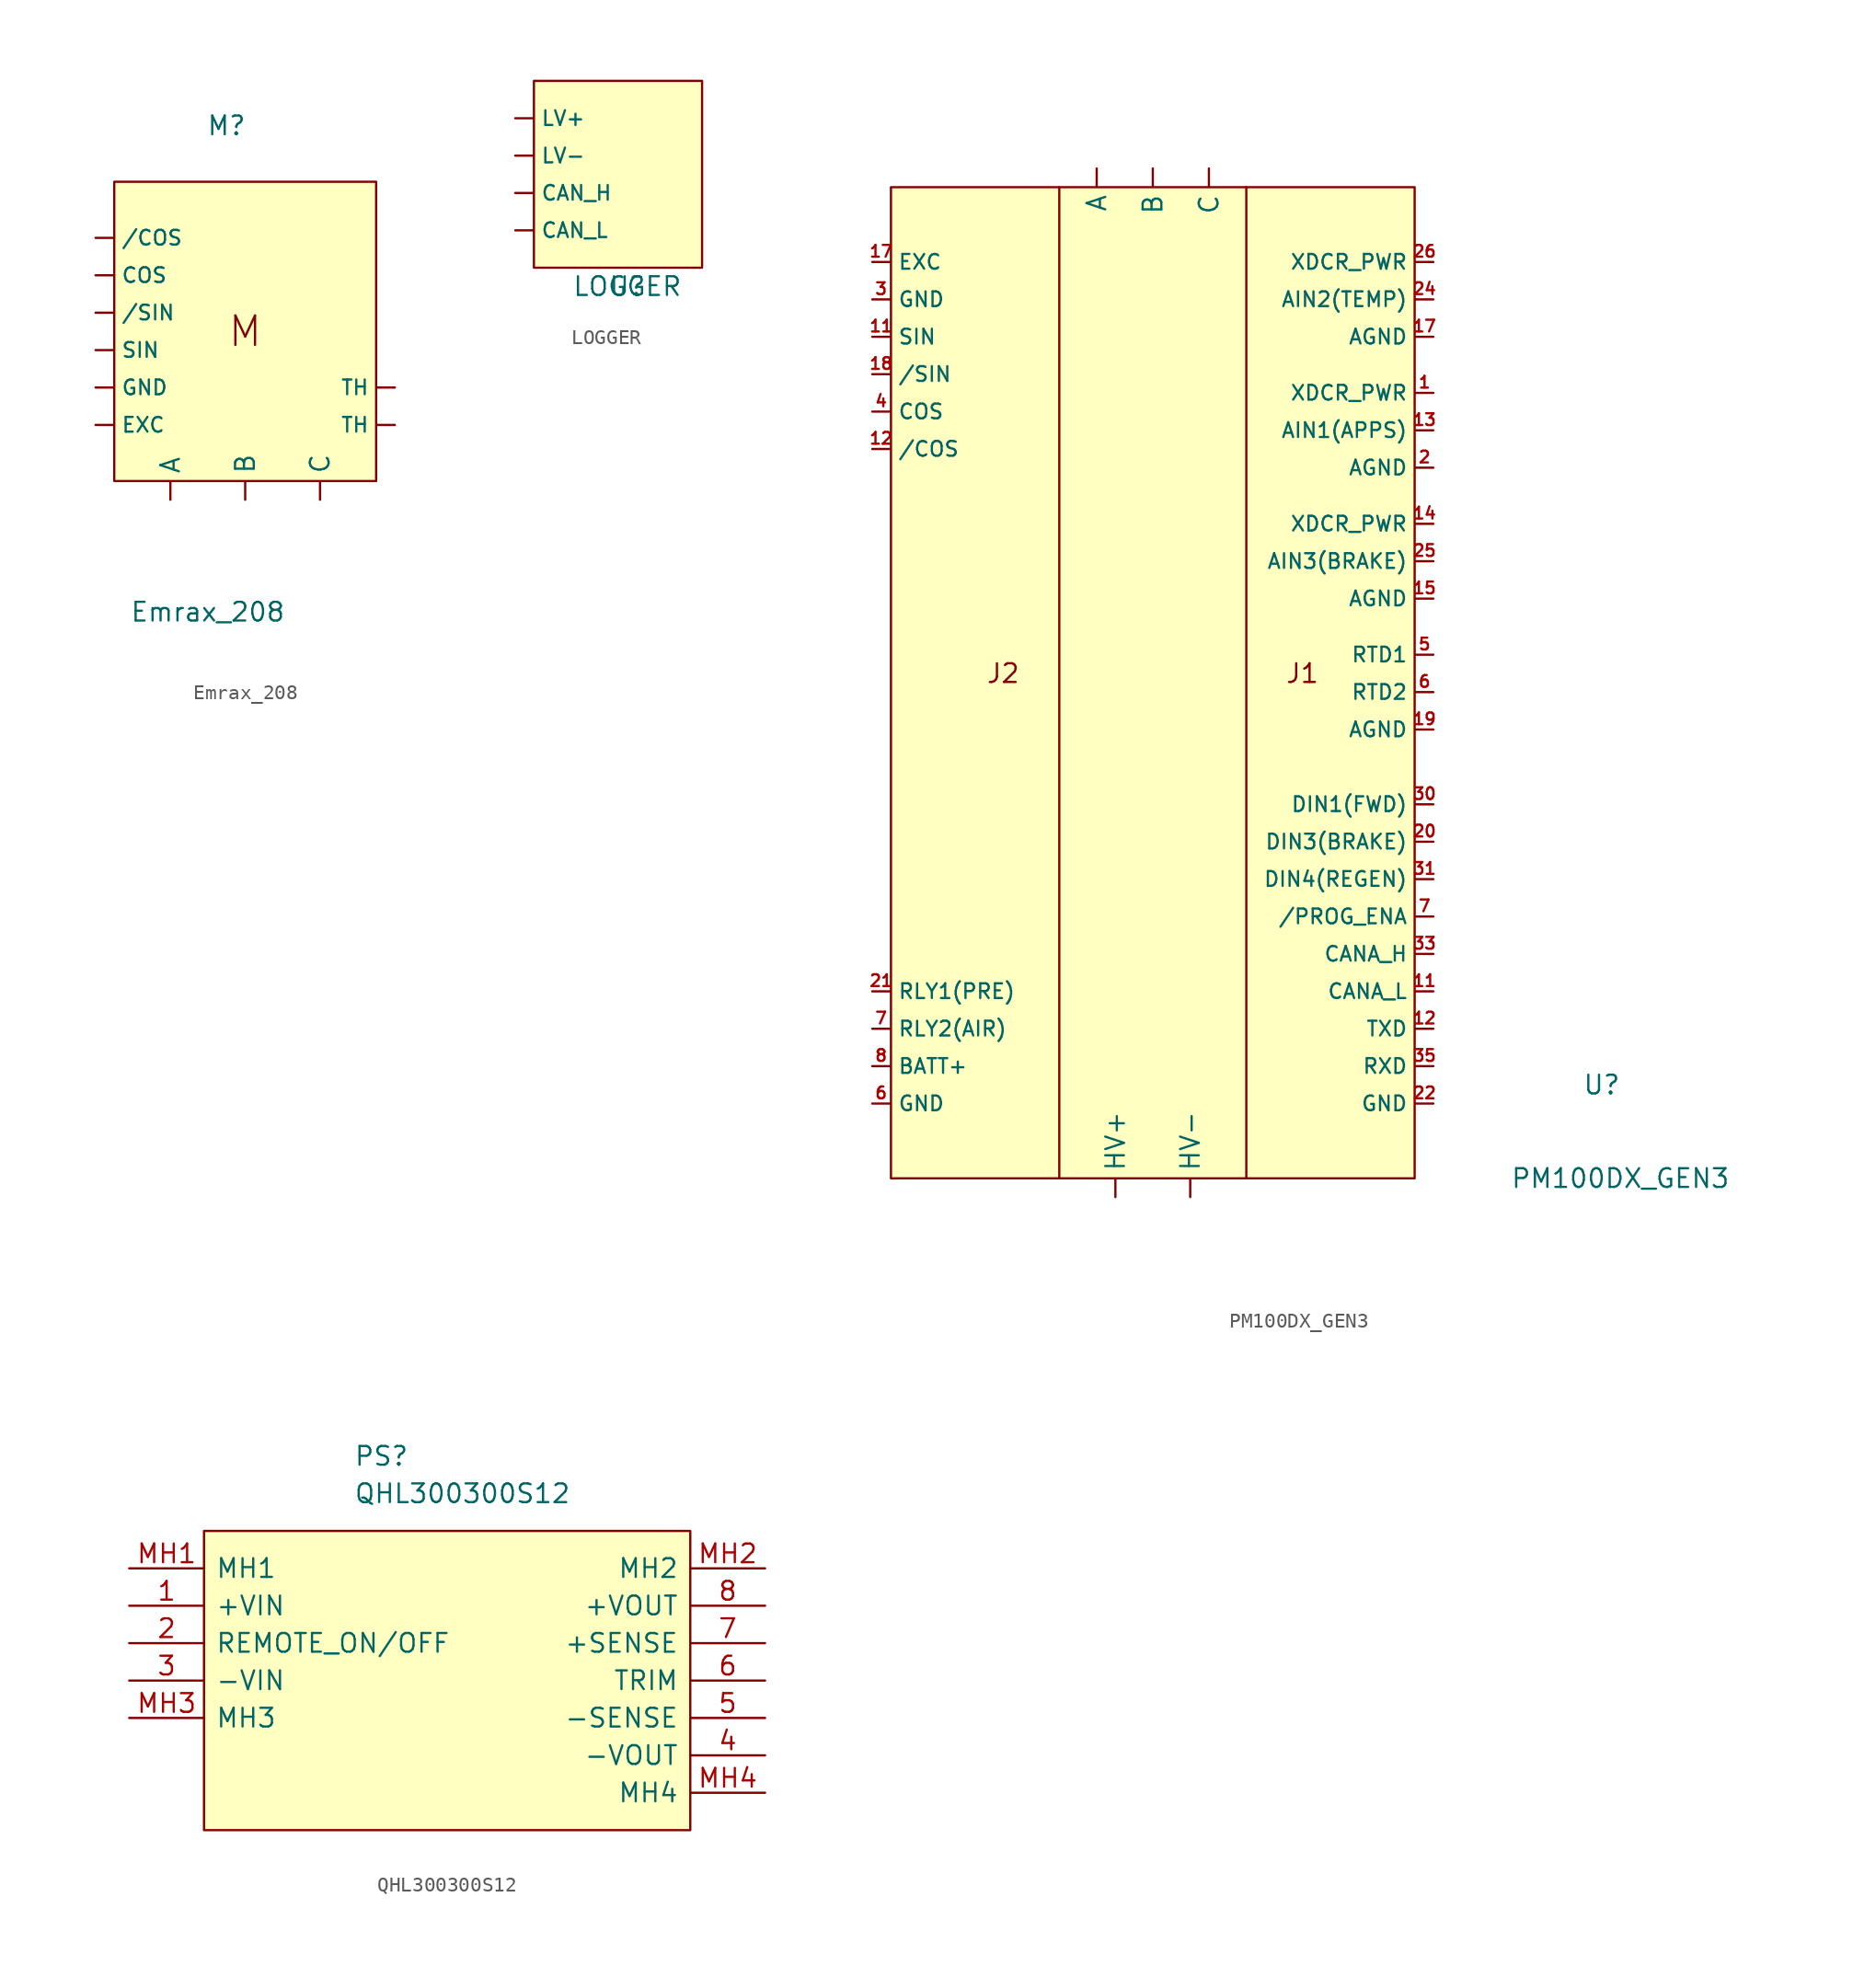
<source format=kicad_sym>
(kicad_symbol_lib
  (version 20211014)
  (generator kicad_symbol_editor)
  (symbol "Emrax_208"
    (property "Reference" "M"
      (at -1.27 33.02 0)
      (effects (font (size 1.27 1.27))))
    (property "Value" "Emrax_208"
      (at -2.54 0 0)
      (effects (font (size 1.27 1.27))))
    (symbol "Emrax_208_0_0"
      (text "M" (at 0 19.05 0) (effects (font (size 2 2)))))
    (symbol "Emrax_208_0_1"
      (rectangle (start -8.89 29.21) (end 8.89 8.89) (stroke (width 0) (type default) (color 0 0 0 0)) (fill (type background))))
    (symbol "Emrax_208_1_1"
      (pin passive line (at -10.16 25.4 0) (length 1.2) (name "/COS" (effects (font (size 1 1)))) (number "" (effects (font (size 1.27 1.27)))))
      (pin passive line (at -10.16 20.32 0) (length 1.2) (name "/SIN" (effects (font (size 1 1)))) (number "" (effects (font (size 1.27 1.27)))))
      (pin passive line (at -5.08 7.62 90) (length 1.2) (name "A" (effects (font (size 1.27 1.27)))) (number "" (effects (font (size 1.27 1.27)))))
      (pin passive line (at 0 7.62 90) (length 1.2) (name "B" (effects (font (size 1.27 1.27)))) (number "" (effects (font (size 1.27 1.27)))))
      (pin passive line (at 5.08 7.62 90) (length 1.2) (name "C" (effects (font (size 1.27 1.27)))) (number "" (effects (font (size 1.27 1.27)))))
      (pin passive line (at -10.16 22.86 0) (length 1.2) (name "COS" (effects (font (size 1 1)))) (number "" (effects (font (size 1.27 1.27)))))
      (pin passive line (at -10.16 12.7 0) (length 1.2) (name "EXC" (effects (font (size 1 1)))) (number "" (effects (font (size 1.27 1.27)))))
      (pin passive line (at -10.16 15.24 0) (length 1.2) (name "GND" (effects (font (size 1 1)))) (number "" (effects (font (size 1.27 1.27)))))
      (pin passive line (at -10.16 17.78 0) (length 1.2) (name "SIN" (effects (font (size 1 1)))) (number "" (effects (font (size 1.27 1.27)))))
      (pin passive line (at 10.16 12.7 180) (length 1.2) (name "TH" (effects (font (size 1 1)))) (number "" (effects (font (size 1.27 1.27)))))
      (pin passive line (at 10.16 15.24 180) (length 1.2) (name "TH" (effects (font (size 1 1)))) (number "" (effects (font (size 1.27 1.27)))))))
  (symbol "LOGGER"
    (property "Reference" "U"
      (at 0 0 0)
      (effects (font (size 1.27 1.27))))
    (property "Value" "LOGGER"
      (at 0 0 0)
      (effects (font (size 1.27 1.27))))
    (symbol "LOGGER_0_1"
      (rectangle (start -6.35 13.97) (end 5.08 1.27) (stroke (width 0) (type default) (color 0 0 0 0)) (fill (type background))))
    (symbol "LOGGER_1_1"
      (pin passive line (at -7.62 6.35 0) (length 1.2) (name "CAN_H" (effects (font (size 1 1)))) (number "" (effects (font (size 1.27 1.27)))))
      (pin passive line (at -7.62 3.81 0) (length 1.2) (name "CAN_L" (effects (font (size 1 1)))) (number "" (effects (font (size 1.27 1.27)))))
      (pin passive line (at -7.62 11.43 0) (length 1.2) (name "LV+" (effects (font (size 1 1)))) (number "" (effects (font (size 1.27 1.27)))))
      (pin passive line (at -7.62 8.89 0) (length 1.2) (name "LV-" (effects (font (size 1 1)))) (number "" (effects (font (size 1.27 1.27)))))))
  (symbol "PM100DX_GEN3"
    (property "Reference" "U"
      (at 30.48 -10.16 0)
      (effects (font (size 1.27 1.27))))
    (property "Value" "PM100DX_GEN3"
      (at 31.75 -16.51 0)
      (effects (font (size 1.27 1.27))))
    (symbol "PM100DX_GEN3_0_0"
      (rectangle (start -17.78 50.8) (end 17.78 -16.51) (stroke (width 0) (type default) (color 0 0 0 0)) (fill (type background)))
      (polyline (pts (xy -6.35 -16.51) (xy -6.35 50.8)) (stroke (width 0) (type default) (color 0 0 0 0)) (fill (type none)))
      (polyline (pts (xy 6.35 -16.51) (xy 6.35 50.8)) (stroke (width 0) (type default) (color 0 0 0 0)) (fill (type none)))
      (text "J1" (at 10.16 17.78 0) (effects (font (size 1.27 1.27))))
      (text "J2" (at -10.16 17.78 0) (effects (font (size 1.27 1.27)))))
    (symbol "PM100DX_GEN3_1_1"
      (pin passive line (at -3.81 52.07 270) (length 1.2) (name "A" (effects (font (size 1.27 1.27)))) (number "" (effects (font (size 1.27 1.27)))))
      (pin passive line (at 0 52.07 270) (length 1.2) (name "B" (effects (font (size 1.27 1.27)))) (number "" (effects (font (size 1.27 1.27)))))
      (pin passive line (at 3.81 52.07 270) (length 1.2) (name "C" (effects (font (size 1.27 1.27)))) (number "" (effects (font (size 1.27 1.27)))))
      (pin passive line (at -2.54 -17.78 90) (length 1.2) (name "HV+" (effects (font (size 1.27 1.27)))) (number "" (effects (font (size 1.27 1.27)))))
      (pin passive line (at 2.54 -17.78 90) (length 1.2) (name "HV-" (effects (font (size 1.27 1.27)))) (number "" (effects (font (size 1.27 1.27)))))
      (pin passive line (at 19.05 36.83 180) (length 1.2) (name "XDCR_PWR" (effects (font (size 1 1)))) (number "1" (effects (font (size 0.8 0.8)))))
      (pin passive line (at 19.05 -3.81 180) (length 1.2) (name "CANA_L" (effects (font (size 1 1)))) (number "11" (effects (font (size 0.8 0.8)))))
      (pin passive line (at -19.05 40.64 0) (length 1.2) (name "SIN" (effects (font (size 1 1)))) (number "11" (effects (font (size 0.8 0.8)))))
      (pin passive line (at -19.05 33.02 0) (length 1.2) (name "/COS" (effects (font (size 1 1)))) (number "12" (effects (font (size 0.8 0.8)))))
      (pin passive line (at 19.05 -6.35 180) (length 1.2) (name "TXD" (effects (font (size 1 1)))) (number "12" (effects (font (size 0.8 0.8)))))
      (pin passive line (at 19.05 34.29 180) (length 1.2) (name "AIN1(APPS)" (effects (font (size 1 1)))) (number "13" (effects (font (size 0.8 0.8)))))
      (pin passive line (at 19.05 27.94 180) (length 1.2) (name "XDCR_PWR" (effects (font (size 1 1)))) (number "14" (effects (font (size 0.8 0.8)))))
      (pin passive line (at 19.05 22.86 180) (length 1.2) (name "AGND" (effects (font (size 1 1)))) (number "15" (effects (font (size 0.8 0.8)))))
      (pin passive line (at 19.05 40.64 180) (length 1.2) (name "AGND" (effects (font (size 1 1)))) (number "17" (effects (font (size 0.8 0.8)))))
      (pin passive line (at -19.05 45.72 0) (length 1.2) (name "EXC" (effects (font (size 1 1)))) (number "17" (effects (font (size 0.8 0.8)))))
      (pin passive line (at -19.05 38.1 0) (length 1.2) (name "/SIN" (effects (font (size 1 1)))) (number "18" (effects (font (size 0.8 0.8)))))
      (pin passive line (at 19.05 13.97 180) (length 1.2) (name "AGND" (effects (font (size 1 1)))) (number "19" (effects (font (size 0.8 0.8)))))
      (pin passive line (at 19.05 31.75 180) (length 1.2) (name "AGND" (effects (font (size 1 1)))) (number "2" (effects (font (size 0.8 0.8)))))
      (pin passive line (at 19.05 6.35 180) (length 1.2) (name "DIN3(BRAKE)" (effects (font (size 1 1)))) (number "20" (effects (font (size 0.8 0.8)))))
      (pin passive line (at -19.05 -3.81 0) (length 1.2) (name "RLY1(PRE)" (effects (font (size 1 1)))) (number "21" (effects (font (size 0.8 0.8)))))
      (pin passive line (at 19.05 -11.43 180) (length 1.2) (name "GND" (effects (font (size 1 1)))) (number "22" (effects (font (size 0.8 0.8)))))
      (pin passive line (at 19.05 43.18 180) (length 1.2) (name "AIN2(TEMP)" (effects (font (size 1 1)))) (number "24" (effects (font (size 0.8 0.8)))))
      (pin passive line (at 19.05 25.4 180) (length 1.2) (name "AIN3(BRAKE)" (effects (font (size 1 1)))) (number "25" (effects (font (size 0.8 0.8)))))
      (pin passive line (at 19.05 45.72 180) (length 1.2) (name "XDCR_PWR" (effects (font (size 1 1)))) (number "26" (effects (font (size 0.8 0.8)))))
      (pin passive line (at -19.05 43.18 0) (length 1.2) (name "GND" (effects (font (size 1 1)))) (number "3" (effects (font (size 0.8 0.8)))))
      (pin passive line (at 19.05 8.89 180) (length 1.2) (name "DIN1(FWD)" (effects (font (size 1 1)))) (number "30" (effects (font (size 0.8 0.8)))))
      (pin passive line (at 19.05 3.81 180) (length 1.2) (name "DIN4(REGEN)" (effects (font (size 1 1)))) (number "31" (effects (font (size 0.8 0.8)))))
      (pin passive line (at 19.05 -1.27 180) (length 1.2) (name "CANA_H" (effects (font (size 1 1)))) (number "33" (effects (font (size 0.8 0.8)))))
      (pin passive line (at 19.05 -8.89 180) (length 1.2) (name "RXD" (effects (font (size 1 1)))) (number "35" (effects (font (size 0.8 0.8)))))
      (pin passive line (at -19.05 35.56 0) (length 1.2) (name "COS" (effects (font (size 1 1)))) (number "4" (effects (font (size 0.8 0.8)))))
      (pin passive line (at 19.05 19.05 180) (length 1.2) (name "RTD1" (effects (font (size 1 1)))) (number "5" (effects (font (size 0.8 0.8)))))
      (pin passive line (at -19.05 -11.43 0) (length 1.2) (name "GND" (effects (font (size 1 1)))) (number "6" (effects (font (size 0.8 0.8)))))
      (pin passive line (at 19.05 16.51 180) (length 1.2) (name "RTD2" (effects (font (size 1 1)))) (number "6" (effects (font (size 0.8 0.8)))))
      (pin passive line (at 19.05 1.27 180) (length 1.2) (name "/PROG_ENA" (effects (font (size 1 1)))) (number "7" (effects (font (size 0.8 0.8)))))
      (pin passive line (at -19.05 -6.35 0) (length 1.2) (name "RLY2(AIR)" (effects (font (size 1 1)))) (number "7" (effects (font (size 0.8 0.8)))))
      (pin passive line (at -19.05 -8.89 0) (length 1.2) (name "BATT+" (effects (font (size 1 1)))) (number "8" (effects (font (size 0.8 0.8)))))))
  (symbol "QHL300300S12"
    (pin_names
      (offset 0.762))
    (property "Reference" "PS"
      (at 15.24 7.62 0)
      (effects (font (size 1.27 1.27)) (justify left)))
    (property "Value" "QHL300300S12"
      (at 15.24 5.08 0)
      (effects (font (size 1.27 1.27)) (justify left)))
    (symbol "QHL300300S12_0_0"
      (pin passive line (at 0 -2.54 0) (length 5.08) (name "+VIN" (effects (font (size 1.27 1.27)))) (number "1" (effects (font (size 1.27 1.27)))))
      (pin passive line (at 0 -5.08 0) (length 5.08) (name "REMOTE_ON/OFF" (effects (font (size 1.27 1.27)))) (number "2" (effects (font (size 1.27 1.27)))))
      (pin passive line (at 0 -7.62 0) (length 5.08) (name "-VIN" (effects (font (size 1.27 1.27)))) (number "3" (effects (font (size 1.27 1.27)))))
      (pin passive line (at 43.18 -12.7 180) (length 5.08) (name "-VOUT" (effects (font (size 1.27 1.27)))) (number "4" (effects (font (size 1.27 1.27)))))
      (pin passive line (at 43.18 -10.16 180) (length 5.08) (name "-SENSE" (effects (font (size 1.27 1.27)))) (number "5" (effects (font (size 1.27 1.27)))))
      (pin passive line (at 43.18 -7.62 180) (length 5.08) (name "TRIM" (effects (font (size 1.27 1.27)))) (number "6" (effects (font (size 1.27 1.27)))))
      (pin passive line (at 43.18 -5.08 180) (length 5.08) (name "+SENSE" (effects (font (size 1.27 1.27)))) (number "7" (effects (font (size 1.27 1.27)))))
      (pin passive line (at 43.18 -2.54 180) (length 5.08) (name "+VOUT" (effects (font (size 1.27 1.27)))) (number "8" (effects (font (size 1.27 1.27)))))
      (pin passive line (at 0 0 0) (length 5.08) (name "MH1" (effects (font (size 1.27 1.27)))) (number "MH1" (effects (font (size 1.27 1.27)))))
      (pin passive line (at 43.18 0 180) (length 5.08) (name "MH2" (effects (font (size 1.27 1.27)))) (number "MH2" (effects (font (size 1.27 1.27)))))
      (pin passive line (at 0 -10.16 0) (length 5.08) (name "MH3" (effects (font (size 1.27 1.27)))) (number "MH3" (effects (font (size 1.27 1.27)))))
      (pin passive line (at 43.18 -15.24 180) (length 5.08) (name "MH4" (effects (font (size 1.27 1.27)))) (number "MH4" (effects (font (size 1.27 1.27))))))
    (symbol "QHL300300S12_0_1"
      (polyline (pts (xy 5.08 2.54) (xy 38.1 2.54) (xy 38.1 -17.78) (xy 5.08 -17.78) (xy 5.08 2.54)) (stroke (width 0.152) (type default) (color 0 0 0 0)) (fill (type background))))))
</source>
